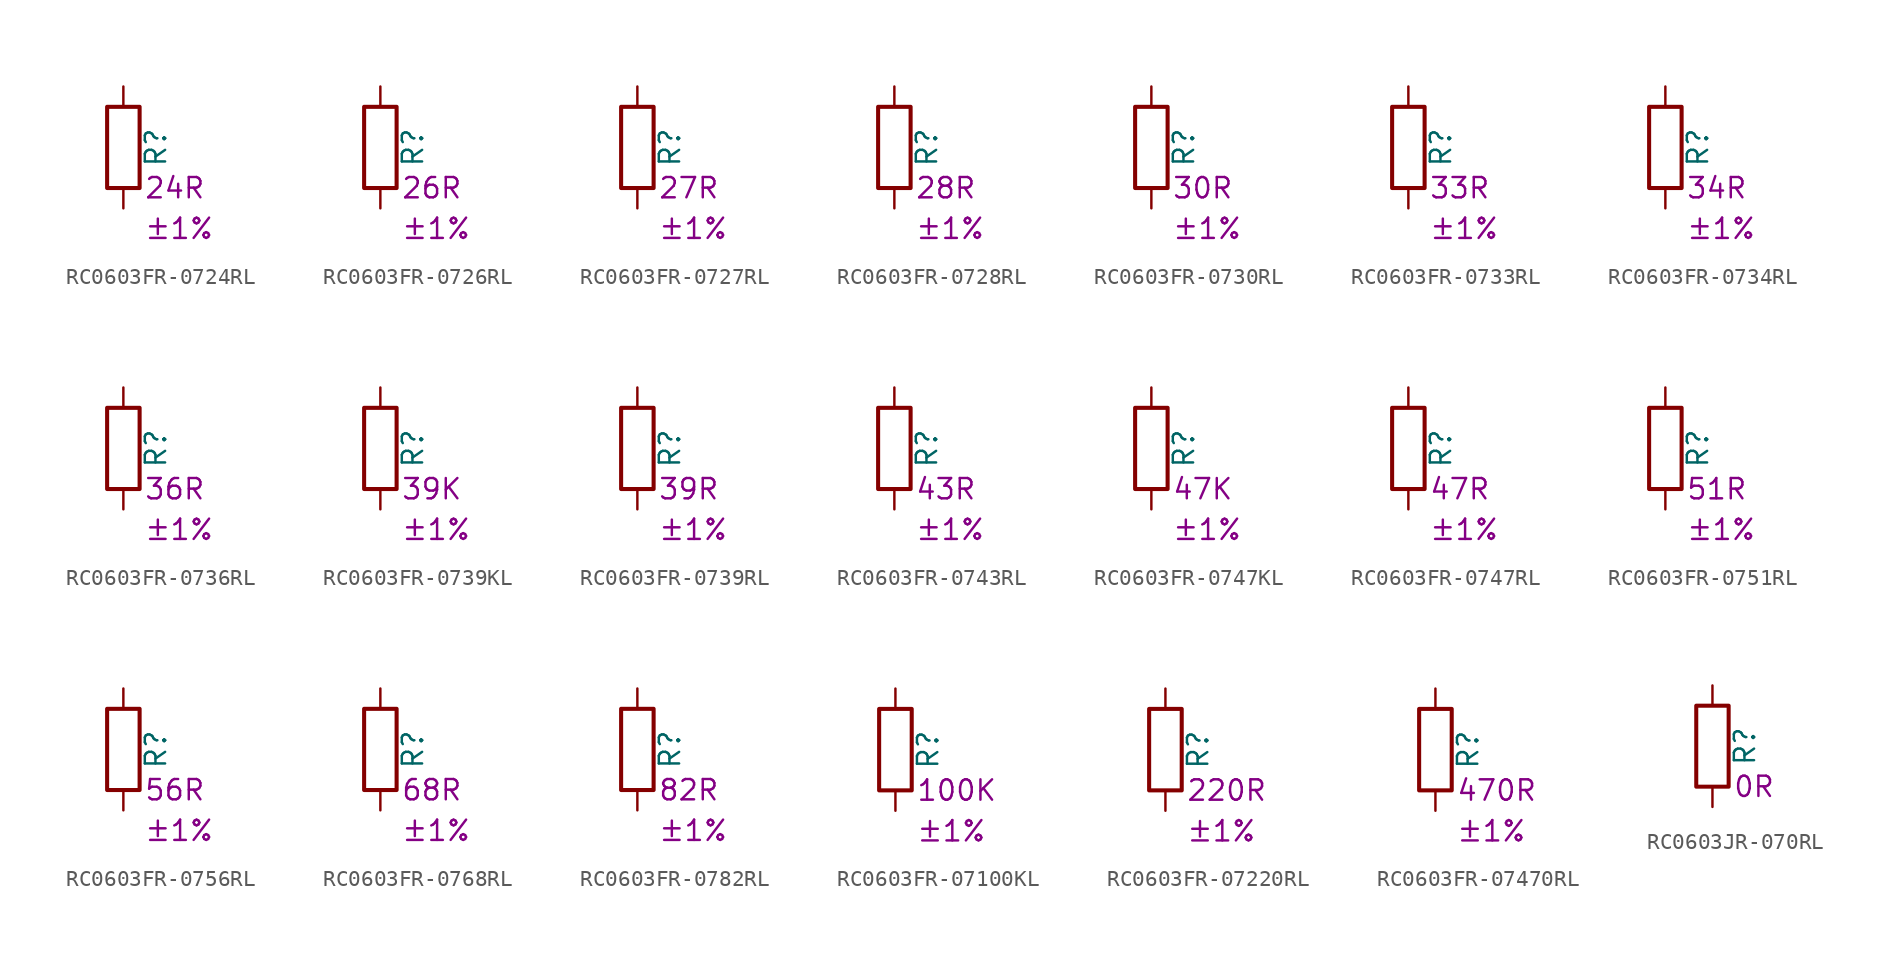
<source format=kicad_sym>
(kicad_symbol_lib
  (version 20220914)
  (generator kicad_symbol_editor)
  (symbol "RC0603FR-0724RL"
    (pin_numbers hide)
    (pin_names
      (offset 0))
    (property "Reference" "R"
      (at 2.032 0 90)
      (effects (font (size 1.27 1.27))))
    (property "Resistance" "24R"
      (at 1.27 -2.54 0)
      (effects (font (size 1.27 1.27)) (justify left)))
    (property "Tolerance" "±1%"
      (at 1.27 -5.08 0)
      (effects (font (size 1.27 1.27)) (justify left)))
    (symbol "RC0603FR-0724RL_0_1"
      (rectangle (start -1.016 -2.54) (end 1.016 2.54) (stroke (width 0.254) (type default)) (fill (type none))))
    (symbol "RC0603FR-0724RL_1_1"
      (pin passive line (at 0 3.81 270) (length 1.27) (name "~" (effects (font (size 1.27 1.27)))) (number "1" (effects (font (size 1.27 1.27)))))
      (pin passive line (at 0 -3.81 90) (length 1.27) (name "~" (effects (font (size 1.27 1.27)))) (number "2" (effects (font (size 1.27 1.27)))))))
  (symbol "RC0603FR-0726RL"
    (pin_numbers hide)
    (pin_names
      (offset 0))
    (property "Reference" "R"
      (at 2.032 0 90)
      (effects (font (size 1.27 1.27))))
    (property "Resistance" "26R"
      (at 1.27 -2.54 0)
      (effects (font (size 1.27 1.27)) (justify left)))
    (property "Tolerance" "±1%"
      (at 1.27 -5.08 0)
      (effects (font (size 1.27 1.27)) (justify left)))
    (symbol "RC0603FR-0726RL_0_1"
      (rectangle (start -1.016 -2.54) (end 1.016 2.54) (stroke (width 0.254) (type default)) (fill (type none))))
    (symbol "RC0603FR-0726RL_1_1"
      (pin passive line (at 0 3.81 270) (length 1.27) (name "~" (effects (font (size 1.27 1.27)))) (number "1" (effects (font (size 1.27 1.27)))))
      (pin passive line (at 0 -3.81 90) (length 1.27) (name "~" (effects (font (size 1.27 1.27)))) (number "2" (effects (font (size 1.27 1.27)))))))
  (symbol "RC0603FR-0727RL"
    (pin_numbers hide)
    (pin_names
      (offset 0))
    (property "Reference" "R"
      (at 2.032 0 90)
      (effects (font (size 1.27 1.27))))
    (property "Resistance" "27R"
      (at 1.27 -2.54 0)
      (effects (font (size 1.27 1.27)) (justify left)))
    (property "Tolerance" "±1%"
      (at 1.27 -5.08 0)
      (effects (font (size 1.27 1.27)) (justify left)))
    (symbol "RC0603FR-0727RL_0_1"
      (rectangle (start -1.016 -2.54) (end 1.016 2.54) (stroke (width 0.254) (type default)) (fill (type none))))
    (symbol "RC0603FR-0727RL_1_1"
      (pin passive line (at 0 3.81 270) (length 1.27) (name "~" (effects (font (size 1.27 1.27)))) (number "1" (effects (font (size 1.27 1.27)))))
      (pin passive line (at 0 -3.81 90) (length 1.27) (name "~" (effects (font (size 1.27 1.27)))) (number "2" (effects (font (size 1.27 1.27)))))))
  (symbol "RC0603FR-0728RL"
    (pin_numbers hide)
    (pin_names
      (offset 0))
    (property "Reference" "R"
      (at 2.032 0 90)
      (effects (font (size 1.27 1.27))))
    (property "Resistance" "28R"
      (at 1.27 -2.54 0)
      (effects (font (size 1.27 1.27)) (justify left)))
    (property "Tolerance" "±1%"
      (at 1.27 -5.08 0)
      (effects (font (size 1.27 1.27)) (justify left)))
    (symbol "RC0603FR-0728RL_0_1"
      (rectangle (start -1.016 -2.54) (end 1.016 2.54) (stroke (width 0.254) (type default)) (fill (type none))))
    (symbol "RC0603FR-0728RL_1_1"
      (pin passive line (at 0 3.81 270) (length 1.27) (name "~" (effects (font (size 1.27 1.27)))) (number "1" (effects (font (size 1.27 1.27)))))
      (pin passive line (at 0 -3.81 90) (length 1.27) (name "~" (effects (font (size 1.27 1.27)))) (number "2" (effects (font (size 1.27 1.27)))))))
  (symbol "RC0603FR-0730RL"
    (pin_numbers hide)
    (pin_names
      (offset 0))
    (property "Reference" "R"
      (at 2.032 0 90)
      (effects (font (size 1.27 1.27))))
    (property "Resistance" "30R"
      (at 1.27 -2.54 0)
      (effects (font (size 1.27 1.27)) (justify left)))
    (property "Tolerance" "±1%"
      (at 1.27 -5.08 0)
      (effects (font (size 1.27 1.27)) (justify left)))
    (symbol "RC0603FR-0730RL_0_1"
      (rectangle (start -1.016 -2.54) (end 1.016 2.54) (stroke (width 0.254) (type default)) (fill (type none))))
    (symbol "RC0603FR-0730RL_1_1"
      (pin passive line (at 0 3.81 270) (length 1.27) (name "~" (effects (font (size 1.27 1.27)))) (number "1" (effects (font (size 1.27 1.27)))))
      (pin passive line (at 0 -3.81 90) (length 1.27) (name "~" (effects (font (size 1.27 1.27)))) (number "2" (effects (font (size 1.27 1.27)))))))
  (symbol "RC0603FR-0733RL"
    (pin_numbers hide)
    (pin_names
      (offset 0))
    (property "Reference" "R"
      (at 2.032 0 90)
      (effects (font (size 1.27 1.27))))
    (property "Resistance" "33R"
      (at 1.27 -2.54 0)
      (effects (font (size 1.27 1.27)) (justify left)))
    (property "Tolerance" "±1%"
      (at 1.27 -5.08 0)
      (effects (font (size 1.27 1.27)) (justify left)))
    (symbol "RC0603FR-0733RL_0_1"
      (rectangle (start -1.016 -2.54) (end 1.016 2.54) (stroke (width 0.254) (type default)) (fill (type none))))
    (symbol "RC0603FR-0733RL_1_1"
      (pin passive line (at 0 3.81 270) (length 1.27) (name "~" (effects (font (size 1.27 1.27)))) (number "1" (effects (font (size 1.27 1.27)))))
      (pin passive line (at 0 -3.81 90) (length 1.27) (name "~" (effects (font (size 1.27 1.27)))) (number "2" (effects (font (size 1.27 1.27)))))))
  (symbol "RC0603FR-0734RL"
    (pin_numbers hide)
    (pin_names
      (offset 0))
    (property "Reference" "R"
      (at 2.032 0 90)
      (effects (font (size 1.27 1.27))))
    (property "Resistance" "34R"
      (at 1.27 -2.54 0)
      (effects (font (size 1.27 1.27)) (justify left)))
    (property "Tolerance" "±1%"
      (at 1.27 -5.08 0)
      (effects (font (size 1.27 1.27)) (justify left)))
    (symbol "RC0603FR-0734RL_0_1"
      (rectangle (start -1.016 -2.54) (end 1.016 2.54) (stroke (width 0.254) (type default)) (fill (type none))))
    (symbol "RC0603FR-0734RL_1_1"
      (pin passive line (at 0 3.81 270) (length 1.27) (name "~" (effects (font (size 1.27 1.27)))) (number "1" (effects (font (size 1.27 1.27)))))
      (pin passive line (at 0 -3.81 90) (length 1.27) (name "~" (effects (font (size 1.27 1.27)))) (number "2" (effects (font (size 1.27 1.27)))))))
  (symbol "RC0603FR-0736RL"
    (pin_numbers hide)
    (pin_names
      (offset 0))
    (property "Reference" "R"
      (at 2.032 0 90)
      (effects (font (size 1.27 1.27))))
    (property "Resistance" "36R"
      (at 1.27 -2.54 0)
      (effects (font (size 1.27 1.27)) (justify left)))
    (property "Tolerance" "±1%"
      (at 1.27 -5.08 0)
      (effects (font (size 1.27 1.27)) (justify left)))
    (symbol "RC0603FR-0736RL_0_1"
      (rectangle (start -1.016 -2.54) (end 1.016 2.54) (stroke (width 0.254) (type default)) (fill (type none))))
    (symbol "RC0603FR-0736RL_1_1"
      (pin passive line (at 0 3.81 270) (length 1.27) (name "~" (effects (font (size 1.27 1.27)))) (number "1" (effects (font (size 1.27 1.27)))))
      (pin passive line (at 0 -3.81 90) (length 1.27) (name "~" (effects (font (size 1.27 1.27)))) (number "2" (effects (font (size 1.27 1.27)))))))
  (symbol "RC0603FR-0739KL"
    (pin_numbers hide)
    (pin_names
      (offset 0))
    (property "Reference" "R"
      (at 2.032 0 90)
      (effects (font (size 1.27 1.27))))
    (property "Resistance" "39K"
      (at 1.27 -2.54 0)
      (effects (font (size 1.27 1.27)) (justify left)))
    (property "Tolerance" "±1%"
      (at 1.27 -5.08 0)
      (effects (font (size 1.27 1.27)) (justify left)))
    (symbol "RC0603FR-0739KL_0_1"
      (rectangle (start -1.016 -2.54) (end 1.016 2.54) (stroke (width 0.254) (type default)) (fill (type none))))
    (symbol "RC0603FR-0739KL_1_1"
      (pin passive line (at 0 3.81 270) (length 1.27) (name "~" (effects (font (size 1.27 1.27)))) (number "1" (effects (font (size 1.27 1.27)))))
      (pin passive line (at 0 -3.81 90) (length 1.27) (name "~" (effects (font (size 1.27 1.27)))) (number "2" (effects (font (size 1.27 1.27)))))))
  (symbol "RC0603FR-0739RL"
    (pin_numbers hide)
    (pin_names
      (offset 0))
    (property "Reference" "R"
      (at 2.032 0 90)
      (effects (font (size 1.27 1.27))))
    (property "Resistance" "39R"
      (at 1.27 -2.54 0)
      (effects (font (size 1.27 1.27)) (justify left)))
    (property "Tolerance" "±1%"
      (at 1.27 -5.08 0)
      (effects (font (size 1.27 1.27)) (justify left)))
    (symbol "RC0603FR-0739RL_0_1"
      (rectangle (start -1.016 -2.54) (end 1.016 2.54) (stroke (width 0.254) (type default)) (fill (type none))))
    (symbol "RC0603FR-0739RL_1_1"
      (pin passive line (at 0 3.81 270) (length 1.27) (name "~" (effects (font (size 1.27 1.27)))) (number "1" (effects (font (size 1.27 1.27)))))
      (pin passive line (at 0 -3.81 90) (length 1.27) (name "~" (effects (font (size 1.27 1.27)))) (number "2" (effects (font (size 1.27 1.27)))))))
  (symbol "RC0603FR-0743RL"
    (pin_numbers hide)
    (pin_names
      (offset 0))
    (property "Reference" "R"
      (at 2.032 0 90)
      (effects (font (size 1.27 1.27))))
    (property "Resistance" "43R"
      (at 1.27 -2.54 0)
      (effects (font (size 1.27 1.27)) (justify left)))
    (property "Tolerance" "±1%"
      (at 1.27 -5.08 0)
      (effects (font (size 1.27 1.27)) (justify left)))
    (symbol "RC0603FR-0743RL_0_1"
      (rectangle (start -1.016 -2.54) (end 1.016 2.54) (stroke (width 0.254) (type default)) (fill (type none))))
    (symbol "RC0603FR-0743RL_1_1"
      (pin passive line (at 0 3.81 270) (length 1.27) (name "~" (effects (font (size 1.27 1.27)))) (number "1" (effects (font (size 1.27 1.27)))))
      (pin passive line (at 0 -3.81 90) (length 1.27) (name "~" (effects (font (size 1.27 1.27)))) (number "2" (effects (font (size 1.27 1.27)))))))
  (symbol "RC0603FR-0747KL"
    (pin_numbers hide)
    (pin_names
      (offset 0))
    (property "Reference" "R"
      (at 2.032 0 90)
      (effects (font (size 1.27 1.27))))
    (property "Resistance" "47K"
      (at 1.27 -2.54 0)
      (effects (font (size 1.27 1.27)) (justify left)))
    (property "Tolerance" "±1%"
      (at 1.27 -5.08 0)
      (effects (font (size 1.27 1.27)) (justify left)))
    (symbol "RC0603FR-0747KL_0_1"
      (rectangle (start -1.016 -2.54) (end 1.016 2.54) (stroke (width 0.254) (type default)) (fill (type none))))
    (symbol "RC0603FR-0747KL_1_1"
      (pin passive line (at 0 3.81 270) (length 1.27) (name "~" (effects (font (size 1.27 1.27)))) (number "1" (effects (font (size 1.27 1.27)))))
      (pin passive line (at 0 -3.81 90) (length 1.27) (name "~" (effects (font (size 1.27 1.27)))) (number "2" (effects (font (size 1.27 1.27)))))))
  (symbol "RC0603FR-0747RL"
    (pin_numbers hide)
    (pin_names
      (offset 0))
    (property "Reference" "R"
      (at 2.032 0 90)
      (effects (font (size 1.27 1.27))))
    (property "Resistance" "47R"
      (at 1.27 -2.54 0)
      (effects (font (size 1.27 1.27)) (justify left)))
    (property "Tolerance" "±1%"
      (at 1.27 -5.08 0)
      (effects (font (size 1.27 1.27)) (justify left)))
    (symbol "RC0603FR-0747RL_0_1"
      (rectangle (start -1.016 -2.54) (end 1.016 2.54) (stroke (width 0.254) (type default)) (fill (type none))))
    (symbol "RC0603FR-0747RL_1_1"
      (pin passive line (at 0 3.81 270) (length 1.27) (name "~" (effects (font (size 1.27 1.27)))) (number "1" (effects (font (size 1.27 1.27)))))
      (pin passive line (at 0 -3.81 90) (length 1.27) (name "~" (effects (font (size 1.27 1.27)))) (number "2" (effects (font (size 1.27 1.27)))))))
  (symbol "RC0603FR-0751RL"
    (pin_numbers hide)
    (pin_names
      (offset 0))
    (property "Reference" "R"
      (at 2.032 0 90)
      (effects (font (size 1.27 1.27))))
    (property "Resistance" "51R"
      (at 1.27 -2.54 0)
      (effects (font (size 1.27 1.27)) (justify left)))
    (property "Tolerance" "±1%"
      (at 1.27 -5.08 0)
      (effects (font (size 1.27 1.27)) (justify left)))
    (symbol "RC0603FR-0751RL_0_1"
      (rectangle (start -1.016 -2.54) (end 1.016 2.54) (stroke (width 0.254) (type default)) (fill (type none))))
    (symbol "RC0603FR-0751RL_1_1"
      (pin passive line (at 0 3.81 270) (length 1.27) (name "~" (effects (font (size 1.27 1.27)))) (number "1" (effects (font (size 1.27 1.27)))))
      (pin passive line (at 0 -3.81 90) (length 1.27) (name "~" (effects (font (size 1.27 1.27)))) (number "2" (effects (font (size 1.27 1.27)))))))
  (symbol "RC0603FR-0756RL"
    (pin_numbers hide)
    (pin_names
      (offset 0))
    (property "Reference" "R"
      (at 2.032 0 90)
      (effects (font (size 1.27 1.27))))
    (property "Resistance" "56R"
      (at 1.27 -2.54 0)
      (effects (font (size 1.27 1.27)) (justify left)))
    (property "Tolerance" "±1%"
      (at 1.27 -5.08 0)
      (effects (font (size 1.27 1.27)) (justify left)))
    (symbol "RC0603FR-0756RL_0_1"
      (rectangle (start -1.016 -2.54) (end 1.016 2.54) (stroke (width 0.254) (type default)) (fill (type none))))
    (symbol "RC0603FR-0756RL_1_1"
      (pin passive line (at 0 3.81 270) (length 1.27) (name "~" (effects (font (size 1.27 1.27)))) (number "1" (effects (font (size 1.27 1.27)))))
      (pin passive line (at 0 -3.81 90) (length 1.27) (name "~" (effects (font (size 1.27 1.27)))) (number "2" (effects (font (size 1.27 1.27)))))))
  (symbol "RC0603FR-0768RL"
    (pin_numbers hide)
    (pin_names
      (offset 0))
    (property "Reference" "R"
      (at 2.032 0 90)
      (effects (font (size 1.27 1.27))))
    (property "Resistance" "68R"
      (at 1.27 -2.54 0)
      (effects (font (size 1.27 1.27)) (justify left)))
    (property "Tolerance" "±1%"
      (at 1.27 -5.08 0)
      (effects (font (size 1.27 1.27)) (justify left)))
    (symbol "RC0603FR-0768RL_0_1"
      (rectangle (start -1.016 -2.54) (end 1.016 2.54) (stroke (width 0.254) (type default)) (fill (type none))))
    (symbol "RC0603FR-0768RL_1_1"
      (pin passive line (at 0 3.81 270) (length 1.27) (name "~" (effects (font (size 1.27 1.27)))) (number "1" (effects (font (size 1.27 1.27)))))
      (pin passive line (at 0 -3.81 90) (length 1.27) (name "~" (effects (font (size 1.27 1.27)))) (number "2" (effects (font (size 1.27 1.27)))))))
  (symbol "RC0603FR-0782RL"
    (pin_numbers hide)
    (pin_names
      (offset 0))
    (property "Reference" "R"
      (at 2.032 0 90)
      (effects (font (size 1.27 1.27))))
    (property "Resistance" "82R"
      (at 1.27 -2.54 0)
      (effects (font (size 1.27 1.27)) (justify left)))
    (property "Tolerance" "±1%"
      (at 1.27 -5.08 0)
      (effects (font (size 1.27 1.27)) (justify left)))
    (symbol "RC0603FR-0782RL_0_1"
      (rectangle (start -1.016 -2.54) (end 1.016 2.54) (stroke (width 0.254) (type default)) (fill (type none))))
    (symbol "RC0603FR-0782RL_1_1"
      (pin passive line (at 0 3.81 270) (length 1.27) (name "~" (effects (font (size 1.27 1.27)))) (number "1" (effects (font (size 1.27 1.27)))))
      (pin passive line (at 0 -3.81 90) (length 1.27) (name "~" (effects (font (size 1.27 1.27)))) (number "2" (effects (font (size 1.27 1.27)))))))
  (symbol "RC0603FR-07100KL"
    (pin_numbers hide)
    (pin_names
      (offset 0))
    (property "Reference" "R"
      (at 2.032 0 90)
      (effects (font (size 1.27 1.27))))
    (property "Resistance" "100K"
      (at 1.27 -2.54 0)
      (effects (font (size 1.27 1.27)) (justify left)))
    (property "Tolerance" "±1%"
      (at 1.27 -5.08 0)
      (effects (font (size 1.27 1.27)) (justify left)))
    (symbol "RC0603FR-07100KL_0_1"
      (rectangle (start -1.016 -2.54) (end 1.016 2.54) (stroke (width 0.254) (type default)) (fill (type none))))
    (symbol "RC0603FR-07100KL_1_1"
      (pin passive line (at 0 3.81 270) (length 1.27) (name "~" (effects (font (size 1.27 1.27)))) (number "1" (effects (font (size 1.27 1.27)))))
      (pin passive line (at 0 -3.81 90) (length 1.27) (name "~" (effects (font (size 1.27 1.27)))) (number "2" (effects (font (size 1.27 1.27)))))))
  (symbol "RC0603FR-07220RL"
    (pin_numbers hide)
    (pin_names
      (offset 0))
    (property "Reference" "R"
      (at 2.032 0 90)
      (effects (font (size 1.27 1.27))))
    (property "Resistance" "220R"
      (at 1.27 -2.54 0)
      (effects (font (size 1.27 1.27)) (justify left)))
    (property "Tolerance" "±1%"
      (at 1.27 -5.08 0)
      (effects (font (size 1.27 1.27)) (justify left)))
    (symbol "RC0603FR-07220RL_0_1"
      (rectangle (start -1.016 -2.54) (end 1.016 2.54) (stroke (width 0.254) (type default)) (fill (type none))))
    (symbol "RC0603FR-07220RL_1_1"
      (pin passive line (at 0 3.81 270) (length 1.27) (name "~" (effects (font (size 1.27 1.27)))) (number "1" (effects (font (size 1.27 1.27)))))
      (pin passive line (at 0 -3.81 90) (length 1.27) (name "~" (effects (font (size 1.27 1.27)))) (number "2" (effects (font (size 1.27 1.27)))))))
  (symbol "RC0603FR-07470RL"
    (pin_numbers hide)
    (pin_names
      (offset 0))
    (property "Reference" "R"
      (at 2.032 0 90)
      (effects (font (size 1.27 1.27))))
    (property "Resistance" "470R"
      (at 1.27 -2.54 0)
      (effects (font (size 1.27 1.27)) (justify left)))
    (property "Tolerance" "±1%"
      (at 1.27 -5.08 0)
      (effects (font (size 1.27 1.27)) (justify left)))
    (symbol "RC0603FR-07470RL_0_1"
      (rectangle (start -1.016 -2.54) (end 1.016 2.54) (stroke (width 0.254) (type default)) (fill (type none))))
    (symbol "RC0603FR-07470RL_1_1"
      (pin passive line (at 0 3.81 270) (length 1.27) (name "~" (effects (font (size 1.27 1.27)))) (number "1" (effects (font (size 1.27 1.27)))))
      (pin passive line (at 0 -3.81 90) (length 1.27) (name "~" (effects (font (size 1.27 1.27)))) (number "2" (effects (font (size 1.27 1.27)))))))
  (symbol "RC0603JR-070RL"
    (pin_numbers hide)
    (pin_names
      (offset 0))
    (property "Reference" "R"
      (at 2.032 0 90)
      (effects (font (size 1.27 1.27))))
    (property "Resistance" "0R"
      (at 1.27 -2.54 0)
      (effects (font (size 1.27 1.27)) (justify left)))
    (symbol "RC0603JR-070RL_0_1"
      (rectangle (start -1.016 -2.54) (end 1.016 2.54) (stroke (width 0.254) (type default)) (fill (type none))))
    (symbol "RC0603JR-070RL_1_1"
      (pin passive line (at 0 3.81 270) (length 1.27) (name "~" (effects (font (size 1.27 1.27)))) (number "1" (effects (font (size 1.27 1.27)))))
      (pin passive line (at 0 -3.81 90) (length 1.27) (name "~" (effects (font (size 1.27 1.27)))) (number "2" (effects (font (size 1.27 1.27))))))))
</source>
